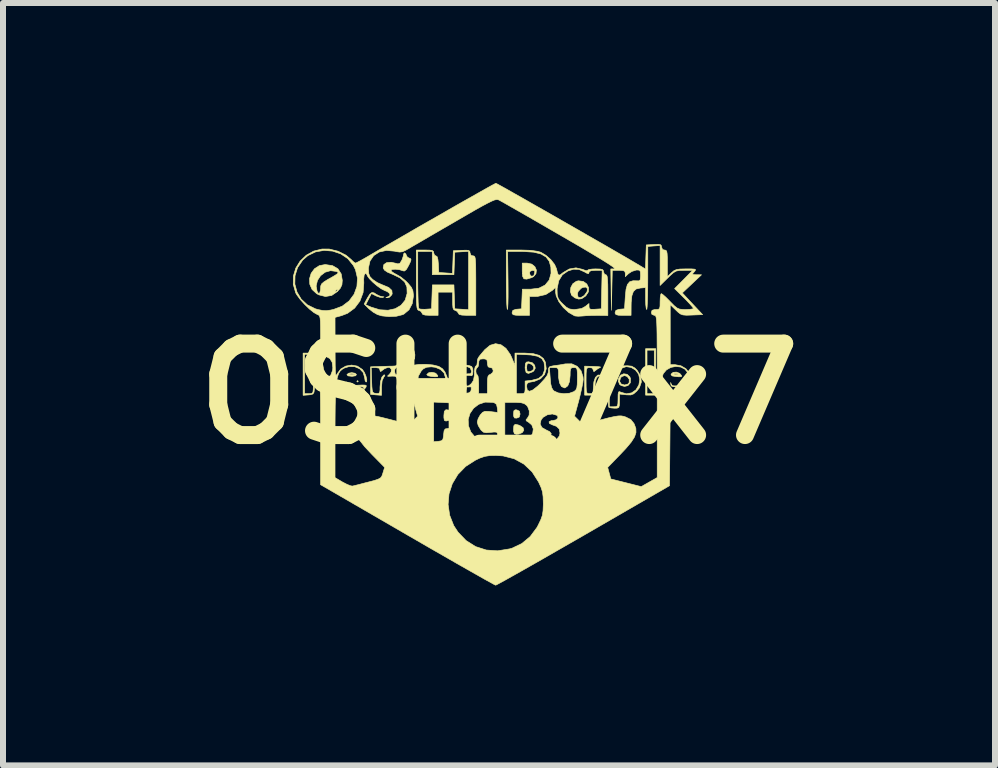
<source format=kicad_pcb>
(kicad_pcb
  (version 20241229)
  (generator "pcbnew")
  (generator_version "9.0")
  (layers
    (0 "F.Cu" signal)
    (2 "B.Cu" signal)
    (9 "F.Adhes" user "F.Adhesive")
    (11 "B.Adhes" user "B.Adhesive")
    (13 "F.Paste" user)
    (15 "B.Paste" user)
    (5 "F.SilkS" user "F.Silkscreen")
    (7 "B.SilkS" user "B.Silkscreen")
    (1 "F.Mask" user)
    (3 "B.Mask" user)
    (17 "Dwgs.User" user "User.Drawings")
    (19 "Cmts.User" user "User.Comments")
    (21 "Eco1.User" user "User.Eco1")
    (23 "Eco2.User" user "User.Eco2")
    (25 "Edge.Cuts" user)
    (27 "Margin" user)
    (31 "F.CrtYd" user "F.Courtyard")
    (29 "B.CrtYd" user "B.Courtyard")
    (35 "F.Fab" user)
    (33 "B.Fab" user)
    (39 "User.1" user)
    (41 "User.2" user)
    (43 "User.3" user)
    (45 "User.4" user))
  (footprint "OSH_7x7"
    (layer "F.Cu")
    (at 5.269 3.513)
    (property "Reference" "OSH_7x7" (at 0 0 0) (layer "F.SilkS") (effects (font (size 1.524 1.524) (thickness 0.3))))
    (attr through_hole)
    (fp_poly (pts (xy -2.346 -0.206) (xy -2.359 -0.194) (xy -2.371 -0.206) (xy -2.359 -0.218) (xy -2.346 -0.206)) (stroke (width 0.01) (type solid)) (fill yes) (layer "F.SilkS"))
    (fp_poly (pts (xy 3.064 -0.21) (xy 3.061 -0.195) (xy 3.048 -0.194) (xy 3.028 -0.202) (xy 3.032 -0.21) (xy 3.061 -0.213) (xy 3.064 -0.21)) (stroke (width 0.01) (type solid)) (fill yes) (layer "F.SilkS"))
    (fp_poly (pts (xy 0.296 0.27) (xy 0.339 0.291) (xy 0.351 0.339) (xy 0.337 0.389) (xy 0.296 0.407) (xy 0.258 0.405) (xy 0.244 0.376) (xy 0.242 0.339) (xy 0.247 0.286) (xy 0.269 0.269) (xy 0.296 0.27)) (stroke (width 0.01) (type solid)) (fill yes) (layer "F.SilkS"))
    (fp_poly (pts (xy -1.065 -0.345) (xy -1.041 -0.327) (xy -1.02 -0.297) (xy -1.027 -0.284) (xy -1.069 -0.282) (xy -1.12 -0.286) (xy -1.183 -0.298) (xy -1.204 -0.318) (xy -1.203 -0.322) (xy -1.172 -0.349) (xy -1.119 -0.357) (xy -1.065 -0.345)) (stroke (width 0.01) (type solid)) (fill yes) (layer "F.SilkS"))
    (fp_poly (pts (xy 2.613 0.024) (xy 2.443 0.024) (xy 2.443 -0.726) (xy 2.467 -0.726) (xy 2.467 0) (xy 2.588 0) (xy 2.588 -0.726) (xy 2.467 -0.726) (xy 2.443 -0.726) (xy 2.443 -0.75) (xy 2.613 -0.75) (xy 2.613 0.024)) (stroke (width 0.01) (type solid)) (fill yes) (layer "F.SilkS"))
    (fp_poly (pts (xy -0.831 0.274) (xy -0.812 0.281) (xy -0.779 0.315) (xy -0.773 0.367) (xy -0.792 0.418) (xy -0.829 0.444) (xy -0.885 0.456) (xy -0.911 0.445) (xy -0.919 0.4) (xy -0.919 0.363) (xy -0.912 0.294) (xy -0.885 0.267) (xy -0.831 0.274)) (stroke (width 0.01) (type solid)) (fill yes) (layer "F.SilkS"))
    (fp_poly (pts (xy 0.317 0.52) (xy 0.349 0.532) (xy 0.401 0.567) (xy 0.413 0.609) (xy 0.388 0.648) (xy 0.331 0.673) (xy 0.288 0.677) (xy 0.256 0.667) (xy 0.243 0.628) (xy 0.242 0.593) (xy 0.247 0.534) (xy 0.268 0.511) (xy 0.317 0.52)) (stroke (width 0.01) (type solid)) (fill yes) (layer "F.SilkS"))
    (fp_poly (pts (xy 1.766 -0.471) (xy 1.782 -0.439) (xy 1.79 -0.381) (xy 1.79 -0.374) (xy 1.784 -0.315) (xy 1.761 -0.292) (xy 1.748 -0.291) (xy 1.721 -0.295) (xy 1.739 -0.312) (xy 1.739 -0.312) (xy 1.762 -0.351) (xy 1.758 -0.41) (xy 1.753 -0.461) (xy 1.765 -0.472) (xy 1.766 -0.471)) (stroke (width 0.01) (type solid)) (fill yes) (layer "F.SilkS"))
    (fp_poly (pts (xy 3.009 -0.34) (xy 3.024 -0.326) (xy 3.045 -0.297) (xy 3.037 -0.283) (xy 2.993 -0.282) (xy 2.946 -0.286) (xy 2.887 -0.296) (xy 2.868 -0.316) (xy 2.869 -0.322) (xy 2.918 -0.322) (xy 2.951 -0.318) (xy 2.986 -0.322) (xy 2.981 -0.33) (xy 2.932 -0.334) (xy 2.921 -0.33) (xy 2.918 -0.322) (xy 2.869 -0.322) (xy 2.87 -0.328) (xy 2.903 -0.356) (xy 2.957 -0.36) (xy 3.009 -0.34)) (stroke (width 0.01) (type solid)) (fill yes) (layer "F.SilkS"))
    (fp_poly (pts (xy -2.402 -0.341) (xy -2.377 -0.321) (xy -2.389 -0.299) (xy -2.445 -0.29) (xy -2.455 -0.29) (xy -2.517 -0.297) (xy -2.535 -0.317) (xy -2.534 -0.321) (xy -2.53 -0.324) (xy -2.495 -0.324) (xy -2.463 -0.319) (xy -2.455 -0.319) (xy -2.414 -0.322) (xy -2.41 -0.329) (xy -2.413 -0.33) (xy -2.461 -0.335) (xy -2.485 -0.331) (xy -2.495 -0.324) (xy -2.53 -0.324) (xy -2.505 -0.342) (xy -2.455 -0.351) (xy -2.402 -0.341)) (stroke (width 0.01) (type solid)) (fill yes) (layer "F.SilkS"))
    (fp_poly (pts (xy -2.977 -0.516) (xy -2.937 -0.475) (xy -2.928 -0.425) (xy -2.953 -0.378) (xy -2.974 -0.364) (xy -3.04 -0.338) (xy -3.079 -0.351) (xy -3.095 -0.405) (xy -3.096 -0.435) (xy -3.072 -0.435) (xy -3.066 -0.382) (xy -3.044 -0.366) (xy -3.03 -0.367) (xy -2.995 -0.396) (xy -2.988 -0.435) (xy -3.003 -0.488) (xy -3.03 -0.503) (xy -3.06 -0.498) (xy -3.071 -0.46) (xy -3.072 -0.435) (xy -3.096 -0.435) (xy -3.093 -0.498) (xy -3.077 -0.526) (xy -3.041 -0.532) (xy -3.041 -0.532) (xy -2.977 -0.516)) (stroke (width 0.01) (type solid)) (fill yes) (layer "F.SilkS"))
    (fp_poly (pts (xy 2.136 -0.323) (xy 2.18 -0.281) (xy 2.192 -0.251) (xy 2.189 -0.182) (xy 2.149 -0.135) (xy 2.092 -0.121) (xy 2.036 -0.136) (xy 2.008 -0.157) (xy 1.991 -0.206) (xy 2.01 -0.206) (xy 2.036 -0.162) (xy 2.092 -0.145) (xy 2.146 -0.159) (xy 2.17 -0.185) (xy 2.17 -0.241) (xy 2.137 -0.286) (xy 2.092 -0.302) (xy 2.044 -0.284) (xy 2.025 -0.263) (xy 2.01 -0.206) (xy 1.991 -0.206) (xy 1.99 -0.208) (xy 1.993 -0.252) (xy 2.026 -0.309) (xy 2.079 -0.332) (xy 2.136 -0.323)) (stroke (width 0.01) (type solid)) (fill yes) (layer "F.SilkS"))
    (fp_poly (pts (xy 0.545 -2.16) (xy 0.598 -2.117) (xy 0.623 -2.06) (xy 0.616 -2.001) (xy 0.575 -1.951) (xy 0.542 -1.934) (xy 0.462 -1.91) (xy 0.415 -1.915) (xy 0.393 -1.957) (xy 0.389 -2.008) (xy 0.508 -2.008) (xy 0.523 -1.968) (xy 0.544 -1.959) (xy 0.577 -1.965) (xy 0.581 -1.97) (xy 0.588 -1.998) (xy 0.595 -2.018) (xy 0.594 -2.049) (xy 0.559 -2.056) (xy 0.517 -2.04) (xy 0.508 -2.008) (xy 0.389 -2.008) (xy 0.387 -2.04) (xy 0.387 -2.044) (xy 0.387 -2.177) (xy 0.468 -2.177) (xy 0.545 -2.16)) (stroke (width 0.01) (type solid)) (fill yes) (layer "F.SilkS"))
    (fp_poly (pts (xy 0.555 -0.516) (xy 0.594 -0.475) (xy 0.604 -0.425) (xy 0.579 -0.378) (xy 0.558 -0.364) (xy 0.491 -0.338) (xy 0.453 -0.351) (xy 0.437 -0.405) (xy 0.435 -0.435) (xy 0.46 -0.435) (xy 0.467 -0.38) (xy 0.495 -0.365) (xy 0.542 -0.378) (xy 0.578 -0.408) (xy 0.577 -0.45) (xy 0.548 -0.487) (xy 0.495 -0.507) (xy 0.482 -0.508) (xy 0.466 -0.487) (xy 0.46 -0.436) (xy 0.46 -0.435) (xy 0.435 -0.435) (xy 0.439 -0.498) (xy 0.455 -0.526) (xy 0.49 -0.532) (xy 0.491 -0.532) (xy 0.555 -0.516)) (stroke (width 0.01) (type solid)) (fill yes) (layer "F.SilkS"))
    (fp_poly (pts (xy 1.405 -1.871) (xy 1.463 -1.829) (xy 1.493 -1.767) (xy 1.49 -1.698) (xy 1.448 -1.633) (xy 1.436 -1.623) (xy 1.378 -1.584) (xy 1.328 -1.577) (xy 1.265 -1.597) (xy 1.211 -1.64) (xy 1.205 -1.656) (xy 1.306 -1.656) (xy 1.32 -1.608) (xy 1.357 -1.599) (xy 1.41 -1.629) (xy 1.427 -1.645) (xy 1.468 -1.703) (xy 1.474 -1.751) (xy 1.449 -1.777) (xy 1.4 -1.773) (xy 1.366 -1.755) (xy 1.317 -1.701) (xy 1.306 -1.656) (xy 1.205 -1.656) (xy 1.189 -1.703) (xy 1.197 -1.772) (xy 1.231 -1.834) (xy 1.289 -1.874) (xy 1.324 -1.882) (xy 1.405 -1.871)) (stroke (width 0.01) (type solid)) (fill yes) (layer "F.SilkS"))
    (fp_poly (pts (xy -2.521 -0.175) (xy -2.522 -0.163) (xy -2.512 -0.147) (xy -2.468 -0.14) (xy -2.385 -0.14) (xy -2.363 -0.141) (xy -2.276 -0.145) (xy -2.229 -0.143) (xy -2.212 -0.133) (xy -2.217 -0.112) (xy -2.224 -0.1) (xy -2.288 -0.026) (xy -2.378 0.016) (xy -2.479 0.025) (xy -2.579 -0.002) (xy -2.635 -0.038) (xy -2.682 -0.088) (xy -2.707 -0.133) (xy -2.708 -0.141) (xy -2.703 -0.161) (xy -2.688 -0.136) (xy -2.685 -0.13) (xy -2.635 -0.063) (xy -2.554 -0.018) (xy -2.459 0.001) (xy -2.364 -0.009) (xy -2.303 -0.038) (xy -2.256 -0.079) (xy -2.254 -0.106) (xy -2.297 -0.116) (xy -2.373 -0.111) (xy -2.471 -0.106) (xy -2.528 -0.121) (xy -2.53 -0.123) (xy -2.56 -0.16) (xy -2.558 -0.188) (xy -2.54 -0.194) (xy -2.521 -0.175)) (stroke (width 0.01) (type solid)) (fill yes) (layer "F.SilkS"))
    (fp_poly (pts (xy 1.577 -0.455) (xy 1.648 -0.451) (xy 1.69 -0.446) (xy 1.692 -0.44) (xy 1.646 -0.416) (xy 1.615 -0.392) (xy 1.583 -0.368) (xy 1.573 -0.38) (xy 1.572 -0.395) (xy 1.552 -0.428) (xy 1.512 -0.435) (xy 1.483 -0.434) (xy 1.466 -0.422) (xy 1.456 -0.392) (xy 1.452 -0.333) (xy 1.451 -0.237) (xy 1.451 -0.218) (xy 1.452 -0.115) (xy 1.455 -0.051) (xy 1.464 -0.016) (xy 1.48 -0.003) (xy 1.507 -0.00001) (xy 1.512 0) (xy 1.551 -0.005) (xy 1.568 -0.031) (xy 1.572 -0.09) (xy 1.572 -0.095) (xy 1.581 -0.197) (xy 1.606 -0.271) (xy 1.644 -0.309) (xy 1.662 -0.312) (xy 1.691 -0.308) (xy 1.672 -0.3) (xy 1.666 -0.298) (xy 1.628 -0.268) (xy 1.605 -0.2) (xy 1.597 -0.089) (xy 1.597 -0.079) (xy 1.595 -0.014) (xy 1.581 0.015) (xy 1.544 0.024) (xy 1.512 0.024) (xy 1.427 0.024) (xy 1.427 -0.459) (xy 1.577 -0.455)) (stroke (width 0.01) (type solid)) (fill yes) (layer "F.SilkS"))
    (fp_poly (pts (xy -2.776 -2.135) (xy -2.686 -2.082) (xy -2.631 -1.997) (xy -2.613 -1.89) (xy -2.619 -1.816) (xy -2.646 -1.758) (xy -2.695 -1.703) (xy -2.789 -1.638) (xy -2.894 -1.62) (xy -3.004 -1.648) (xy -3.041 -1.668) (xy -3.117 -1.738) (xy -3.142 -1.795) (xy -3.049 -1.795) (xy -3.033 -1.707) (xy -3.01 -1.672) (xy -2.989 -1.679) (xy -2.985 -1.695) (xy -2.728 -1.695) (xy -2.724 -1.693) (xy -2.702 -1.71) (xy -2.697 -1.718) (xy -2.691 -1.74) (xy -2.694 -1.742) (xy -2.716 -1.725) (xy -2.721 -1.718) (xy -2.728 -1.695) (xy -2.985 -1.695) (xy -2.977 -1.726) (xy -2.975 -1.753) (xy -2.972 -1.797) (xy -2.957 -1.831) (xy -2.92 -1.863) (xy -2.853 -1.905) (xy -2.814 -1.926) (xy -2.735 -1.972) (xy -2.692 -2.001) (xy -2.681 -2.018) (xy -2.696 -2.031) (xy -2.712 -2.038) (xy -2.808 -2.051) (xy -2.899 -2.025) (xy -2.975 -1.967) (xy -3.027 -1.888) (xy -3.049 -1.795) (xy -3.142 -1.795) (xy -3.155 -1.825) (xy -3.159 -1.918) (xy -3.132 -2.007) (xy -3.076 -2.083) (xy -2.995 -2.135) (xy -2.898 -2.153) (xy -2.776 -2.135)) (stroke (width 0.01) (type solid)) (fill yes) (layer "F.SilkS"))
    (fp_poly (pts (xy 2.21 -0.459) (xy 2.265 -0.428) (xy 2.302 -0.391) (xy 2.36 -0.295) (xy 2.373 -0.194) (xy 2.34 -0.098) (xy 2.297 -0.044) (xy 2.244 0.003) (xy 2.195 0.021) (xy 2.125 0.019) (xy 2.116 0.018) (xy 2.008 0.006) (xy 2.008 0.124) (xy 2.006 0.194) (xy 1.996 0.229) (xy 1.968 0.241) (xy 1.927 0.242) (xy 1.867 0.237) (xy 1.832 0.227) (xy 1.83 0.226) (xy 1.825 0.197) (xy 1.82 0.129) (xy 1.816 0.031) (xy 1.814 -0.087) (xy 1.814 -0.126) (xy 1.814 -0.435) (xy 1.838 -0.435) (xy 1.838 0.218) (xy 1.911 0.218) (xy 1.952 0.216) (xy 1.974 0.201) (xy 1.982 0.162) (xy 1.984 0.087) (xy 1.984 0.084) (xy 1.985 0.008) (xy 1.992 -0.028) (xy 2.008 -0.035) (xy 2.03 -0.025) (xy 2.124 0.002) (xy 2.211 -0.014) (xy 2.283 -0.065) (xy 2.331 -0.146) (xy 2.346 -0.237) (xy 2.327 -0.324) (xy 2.275 -0.394) (xy 2.202 -0.438) (xy 2.121 -0.451) (xy 2.043 -0.425) (xy 2.002 -0.405) (xy 1.984 -0.41) (xy 1.984 -0.411) (xy 1.963 -0.428) (xy 1.912 -0.435) (xy 1.911 -0.435) (xy 1.838 -0.435) (xy 1.814 -0.435) (xy 1.814 -0.462) (xy 1.929 -0.463) (xy 2.024 -0.464) (xy 2.117 -0.465) (xy 2.139 -0.466) (xy 2.21 -0.459)) (stroke (width 0.01) (type solid)) (fill yes) (layer "F.SilkS"))
    (fp_poly (pts (xy -1.551 -2.327) (xy -1.548 -2.312) (xy -1.528 -2.277) (xy -1.501 -2.262) (xy -1.474 -2.251) (xy -1.467 -2.232) (xy -1.48 -2.193) (xy -1.506 -2.139) (xy -1.544 -2.072) (xy -1.576 -2.045) (xy -1.596 -2.047) (xy -1.66 -2.067) (xy -1.729 -2.075) (xy -1.782 -2.071) (xy -1.8 -2.06) (xy -1.789 -2.036) (xy -1.744 -2.005) (xy -1.712 -1.989) (xy -1.634 -1.943) (xy -1.553 -1.877) (xy -1.518 -1.842) (xy -1.463 -1.775) (xy -1.436 -1.718) (xy -1.428 -1.65) (xy -1.427 -1.627) (xy -1.447 -1.501) (xy -1.501 -1.398) (xy -1.586 -1.327) (xy -1.608 -1.317) (xy -1.711 -1.291) (xy -1.833 -1.285) (xy -1.952 -1.297) (xy -2.027 -1.319) (xy -2.099 -1.36) (xy -2.169 -1.416) (xy -2.178 -1.424) (xy -2.248 -1.495) (xy -2.195 -1.594) (xy -2.153 -1.661) (xy -2.118 -1.688) (xy -2.079 -1.679) (xy -2.046 -1.656) (xy -1.987 -1.627) (xy -1.949 -1.618) (xy -1.918 -1.614) (xy -1.935 -1.606) (xy -1.94 -1.604) (xy -1.988 -1.608) (xy -2.05 -1.63) (xy -2.054 -1.632) (xy -2.127 -1.67) (xy -2.175 -1.576) (xy -2.223 -1.482) (xy -2.134 -1.444) (xy -1.988 -1.399) (xy -1.851 -1.391) (xy -1.731 -1.417) (xy -1.634 -1.474) (xy -1.565 -1.559) (xy -1.532 -1.671) (xy -1.532 -1.672) (xy -1.536 -1.779) (xy -1.574 -1.863) (xy -1.652 -1.931) (xy -1.77 -1.988) (xy -1.86 -2.026) (xy -1.91 -2.06) (xy -1.93 -2.095) (xy -1.931 -2.098) (xy -1.92 -2.153) (xy -1.873 -2.185) (xy -1.798 -2.191) (xy -1.703 -2.17) (xy -1.687 -2.164) (xy -1.652 -2.174) (xy -1.618 -2.23) (xy -1.598 -2.288) (xy -1.59 -2.326) (xy -1.591 -2.328) (xy -1.579 -2.346) (xy -1.572 -2.346) (xy -1.551 -2.327)) (stroke (width 0.01) (type solid)) (fill yes) (layer "F.SilkS"))
    (fp_poly (pts (xy -1.153 -2.393) (xy -1.109 -2.385) (xy -1.091 -2.368) (xy -1.089 -2.346) (xy -1.074 -2.307) (xy -1.053 -2.298) (xy -1.031 -2.283) (xy -1.018 -2.233) (xy -1.011 -2.159) (xy -1.004 -2.02) (xy -0.89 -2.013) (xy -0.776 -2.005) (xy -0.769 -2.194) (xy -0.762 -2.383) (xy -0.623 -2.39) (xy -0.544 -2.392) (xy -0.503 -2.387) (xy -0.486 -2.37) (xy -0.484 -2.348) (xy -0.467 -2.306) (xy -0.435 -2.298) (xy -0.419 -2.296) (xy -0.407 -2.287) (xy -0.398 -2.263) (xy -0.393 -2.219) (xy -0.389 -2.149) (xy -0.388 -2.046) (xy -0.387 -1.905) (xy -0.387 -1.802) (xy -0.387 -1.306) (xy -0.532 -1.306) (xy -0.619 -1.31) (xy -0.664 -1.321) (xy -0.677 -1.34) (xy -0.698 -1.372) (xy -0.726 -1.386) (xy -0.753 -1.399) (xy -0.768 -1.43) (xy -0.773 -1.49) (xy -0.774 -1.546) (xy -0.774 -1.693) (xy -1.016 -1.693) (xy -1.016 -1.306) (xy -1.149 -1.306) (xy -1.231 -1.31) (xy -1.273 -1.323) (xy -1.282 -1.34) (xy -1.302 -1.372) (xy -1.33 -1.386) (xy -1.347 -1.392) (xy -1.359 -1.406) (xy -1.367 -1.433) (xy -1.373 -1.48) (xy -1.377 -1.553) (xy -1.378 -1.658) (xy -1.379 -1.803) (xy -1.379 -1.897) (xy -1.379 -2.371) (xy -1.355 -2.371) (xy -1.355 -1.903) (xy -1.354 -1.757) (xy -1.351 -1.628) (xy -1.348 -1.523) (xy -1.343 -1.451) (xy -1.338 -1.419) (xy -1.337 -1.418) (xy -1.304 -1.409) (xy -1.243 -1.407) (xy -1.222 -1.408) (xy -1.125 -1.415) (xy -1.118 -1.615) (xy -1.111 -1.814) (xy -0.752 -1.814) (xy -0.745 -1.615) (xy -0.738 -1.415) (xy -0.623 -1.408) (xy -0.508 -1.4) (xy -0.508 -2.373) (xy -0.623 -2.366) (xy -0.738 -2.359) (xy -0.745 -2.171) (xy -0.752 -1.984) (xy -1.113 -1.984) (xy -1.113 -2.371) (xy -1.355 -2.371) (xy -1.379 -2.371) (xy -1.379 -2.395) (xy -1.234 -2.395) (xy -1.153 -2.393)) (stroke (width 0.01) (type solid)) (fill yes) (layer "F.SilkS"))
    (fp_poly (pts (xy 0.527 -2.39) (xy 0.645 -2.373) (xy 0.696 -2.358) (xy 0.782 -2.307) (xy 0.864 -2.234) (xy 0.927 -2.153) (xy 0.957 -2.085) (xy 0.975 -2.011) (xy 0.992 -1.978) (xy 1.018 -1.98) (xy 1.061 -2.013) (xy 1.065 -2.017) (xy 1.171 -2.079) (xy 1.283 -2.098) (xy 1.391 -2.073) (xy 1.394 -2.072) (xy 1.446 -2.052) (xy 1.474 -2.053) (xy 1.476 -2.057) (xy 1.497 -2.07) (xy 1.554 -2.078) (xy 1.609 -2.08) (xy 1.686 -2.078) (xy 1.726 -2.069) (xy 1.74 -2.049) (xy 1.742 -2.032) (xy 1.757 -1.993) (xy 1.778 -1.984) (xy 1.793 -1.977) (xy 1.803 -1.952) (xy 1.809 -1.902) (xy 1.813 -1.82) (xy 1.814 -1.699) (xy 1.814 -1.643) (xy 1.814 -1.303) (xy 1.651 -1.305) (xy 1.549 -1.304) (xy 1.451 -1.3) (xy 1.391 -1.295) (xy 1.32 -1.291) (xy 1.266 -1.296) (xy 1.258 -1.299) (xy 1.16 -1.355) (xy 1.07 -1.438) (xy 0.998 -1.533) (xy 0.953 -1.63) (xy 0.943 -1.689) (xy 0.943 -1.721) (xy 0.968 -1.721) (xy 0.971 -1.641) (xy 0.988 -1.585) (xy 1.026 -1.533) (xy 1.062 -1.497) (xy 1.124 -1.44) (xy 1.177 -1.412) (xy 1.241 -1.403) (xy 1.264 -1.403) (xy 1.376 -1.42) (xy 1.436 -1.453) (xy 1.5 -1.503) (xy 1.5 -1.452) (xy 1.505 -1.42) (xy 1.531 -1.407) (xy 1.59 -1.407) (xy 1.603 -1.408) (xy 1.705 -1.415) (xy 1.712 -1.736) (xy 1.719 -2.056) (xy 1.609 -2.056) (xy 1.537 -2.051) (xy 1.504 -2.035) (xy 1.5 -2.02) (xy 1.492 -2.001) (xy 1.464 -2.008) (xy 1.421 -2.032) (xy 1.331 -2.072) (xy 1.243 -2.075) (xy 1.149 -2.046) (xy 1.056 -1.982) (xy 0.996 -1.884) (xy 0.969 -1.756) (xy 0.968 -1.721) (xy 0.943 -1.721) (xy 0.943 -1.774) (xy 0.889 -1.723) (xy 0.779 -1.653) (xy 0.643 -1.622) (xy 0.603 -1.621) (xy 0.508 -1.621) (xy 0.508 -1.306) (xy 0.363 -1.306) (xy 0.282 -1.308) (xy 0.238 -1.316) (xy 0.22 -1.334) (xy 0.218 -1.353) (xy 0.231 -1.389) (xy 0.279 -1.406) (xy 0.296 -1.408) (xy 0.375 -1.415) (xy 0.382 -1.578) (xy 0.389 -1.742) (xy 0.527 -1.742) (xy 0.665 -1.759) (xy 0.768 -1.811) (xy 0.836 -1.894) (xy 0.867 -2.006) (xy 0.864 -2.109) (xy 0.837 -2.207) (xy 0.784 -2.279) (xy 0.699 -2.329) (xy 0.579 -2.359) (xy 0.419 -2.37) (xy 0.375 -2.371) (xy 0.143 -2.371) (xy 0.15 -1.887) (xy 0.151 -1.74) (xy 0.151 -1.611) (xy 0.149 -1.507) (xy 0.145 -1.436) (xy 0.14 -1.404) (xy 0.139 -1.403) (xy 0.134 -1.426) (xy 0.129 -1.49) (xy 0.125 -1.589) (xy 0.122 -1.714) (xy 0.121 -1.859) (xy 0.121 -1.899) (xy 0.121 -2.395) (xy 0.364 -2.395) (xy 0.527 -2.39)) (stroke (width 0.01) (type solid)) (fill yes) (layer "F.SilkS"))
    (fp_poly (pts (xy -0.029 -3.496) (xy 0.031 -3.463) (xy 0.125 -3.411) (xy 0.246 -3.342) (xy 0.392 -3.26) (xy 0.556 -3.166) (xy 0.736 -3.064) (xy 0.925 -2.956) (xy 1.12 -2.844) (xy 1.316 -2.732) (xy 1.509 -2.621) (xy 1.694 -2.515) (xy 1.866 -2.416) (xy 2.021 -2.326) (xy 2.154 -2.249) (xy 2.261 -2.186) (xy 2.337 -2.141) (xy 2.364 -2.125) (xy 2.441 -2.078) (xy 2.455 -2.48) (xy 2.582 -2.487) (xy 2.657 -2.489) (xy 2.695 -2.482) (xy 2.708 -2.463) (xy 2.709 -2.445) (xy 2.726 -2.403) (xy 2.758 -2.395) (xy 2.781 -2.391) (xy 2.795 -2.374) (xy 2.802 -2.335) (xy 2.806 -2.265) (xy 2.806 -2.173) (xy 2.806 -1.95) (xy 2.874 -2.015) (xy 2.915 -2.05) (xy 2.957 -2.069) (xy 3.017 -2.078) (xy 3.108 -2.08) (xy 3.12 -2.08) (xy 3.21 -2.08) (xy 3.26 -2.076) (xy 3.277 -2.067) (xy 3.269 -2.05) (xy 3.254 -2.032) (xy 3.227 -1.999) (xy 3.234 -1.986) (xy 3.281 -1.983) (xy 3.292 -1.983) (xy 3.375 -1.982) (xy 3.215 -1.831) (xy 3.055 -1.68) (xy 3.224 -1.499) (xy 3.394 -1.318) (xy 3.217 -1.311) (xy 3.125 -1.308) (xy 3.066 -1.313) (xy 3.023 -1.329) (xy 2.981 -1.362) (xy 2.947 -1.395) (xy 2.854 -1.485) (xy 2.854 -0.484) (xy 2.933 -0.484) (xy 3.033 -0.465) (xy 3.115 -0.417) (xy 3.171 -0.347) (xy 3.191 -0.266) (xy 3.186 -0.226) (xy 3.178 -0.213) (xy 3.172 -0.245) (xy 3.172 -0.255) (xy 3.15 -0.346) (xy 3.098 -0.409) (xy 3.027 -0.445) (xy 2.946 -0.454) (xy 2.864 -0.438) (xy 2.791 -0.397) (xy 2.737 -0.333) (xy 2.711 -0.245) (xy 2.71 -0.22) (xy 2.73 -0.119) (xy 2.788 -0.048) (xy 2.882 -0.009) (xy 2.97 0) (xy 3.054 -0.013) (xy 3.118 -0.058) (xy 3.122 -0.062) (xy 3.18 -0.124) (xy 3.024 -0.116) (xy 2.939 -0.114) (xy 2.892 -0.118) (xy 2.87 -0.132) (xy 2.863 -0.157) (xy 2.861 -0.187) (xy 2.868 -0.169) (xy 2.87 -0.163) (xy 2.883 -0.14) (xy 2.911 -0.13) (xy 2.966 -0.13) (xy 3.038 -0.136) (xy 3.132 -0.142) (xy 3.183 -0.133) (xy 3.191 -0.108) (xy 3.16 -0.063) (xy 3.134 -0.035) (xy 3.077 0.006) (xy 3.004 0.023) (xy 2.965 0.024) (xy 2.855 0.024) (xy 2.849 0.779) (xy 2.842 1.534) (xy 1.407 2.364) (xy 1.165 2.503) (xy 0.935 2.635) (xy 0.721 2.758) (xy 0.526 2.869) (xy 0.353 2.967) (xy 0.205 3.05) (xy 0.088 3.116) (xy 0.003 3.162) (xy -0.046 3.188) (xy -0.057 3.192) (xy -0.082 3.18) (xy -0.145 3.145) (xy -0.244 3.091) (xy -0.374 3.017) (xy -0.531 2.928) (xy -0.714 2.824) (xy -0.917 2.707) (xy -1.139 2.58) (xy -1.374 2.444) (xy -1.53 2.354) (xy -2.405 1.847) (xy -0.849 1.847) (xy -0.823 2.026) (xy -0.755 2.199) (xy -0.683 2.309) (xy -0.548 2.449) (xy -0.39 2.549) (xy -0.213 2.606) (xy -0.023 2.619) (xy 0.176 2.587) (xy 0.218 2.575) (xy 0.38 2.498) (xy 0.52 2.381) (xy 0.633 2.229) (xy 0.653 2.191) (xy 0.697 2.099) (xy 0.723 2.026) (xy 0.734 1.95) (xy 0.738 1.85) (xy 0.738 1.828) (xy 0.735 1.72) (xy 0.725 1.639) (xy 0.701 1.564) (xy 0.66 1.474) (xy 0.658 1.47) (xy 0.551 1.303) (xy 0.415 1.174) (xy 0.253 1.085) (xy 0.067 1.037) (xy -0.05 1.03) (xy -0.156 1.032) (xy -0.238 1.045) (xy -0.319 1.073) (xy -0.393 1.108) (xy -0.557 1.213) (xy -0.686 1.346) (xy -0.779 1.501) (xy -0.834 1.67) (xy -0.849 1.847) (xy -2.405 1.847) (xy -2.975 1.517) (xy -2.975 0.662) (xy -2.976 0.436) (xy -2.976 0.254) (xy -2.977 0.111) (xy -2.979 0.002) (xy -2.982 -0.077) (xy -2.986 -0.132) (xy -2.992 -0.166) (xy -3 -0.184) (xy -3.01 -0.192) (xy -3.022 -0.194) (xy -3.054 -0.184) (xy -3.07 -0.148) (xy -3.077 -0.091) (xy -3.084 -0.026) (xy -3.102 0.005) (xy -3.144 0.017) (xy -3.175 0.02) (xy -3.266 0.027) (xy -3.266 0) (xy -3.242 0) (xy -3.169 0) (xy -3.124 -0.003) (xy -3.103 -0.022) (xy -3.097 -0.07) (xy -3.096 -0.106) (xy -3.096 -0.211) (xy -2.985 -0.224) (xy -2.876 -0.252) (xy -2.806 -0.307) (xy -2.774 -0.392) (xy -2.771 -0.435) (xy -2.782 -0.524) (xy -2.82 -0.585) (xy -2.89 -0.624) (xy -2.998 -0.645) (xy -3.06 -0.649) (xy -3.242 -0.658) (xy -3.242 0) (xy -3.266 0) (xy -3.266 -0.677) (xy -2.975 -0.677) (xy -2.975 -0.99) (xy -2.976 -1.118) (xy -2.978 -1.206) (xy -2.983 -1.262) (xy -2.986 -1.272) (xy -2.734 -1.272) (xy -2.733 -0.763) (xy -2.732 -0.595) (xy -2.731 -0.47) (xy -2.728 -0.384) (xy -2.725 -0.332) (xy -2.719 -0.308) (xy -2.711 -0.308) (xy -2.7 -0.327) (xy -2.698 -0.332) (xy -2.639 -0.411) (xy -2.555 -0.46) (xy -2.458 -0.477) (xy -2.362 -0.46) (xy -2.28 -0.405) (xy -2.278 -0.404) (xy -2.245 -0.356) (xy -2.219 -0.296) (xy -2.205 -0.24) (xy -2.206 -0.202) (xy -2.216 -0.194) (xy -2.232 -0.215) (xy -2.24 -0.265) (xy -2.24 -0.266) (xy -2.264 -0.352) (xy -2.323 -0.415) (xy -2.405 -0.45) (xy -2.501 -0.452) (xy -2.578 -0.428) (xy -2.617 -0.405) (xy -2.649 -0.376) (xy -2.674 -0.336) (xy -2.694 -0.279) (xy -2.709 -0.201) (xy -2.72 -0.098) (xy -2.727 0.036) (xy -2.731 0.204) (xy -2.733 0.412) (xy -2.734 0.631) (xy -2.734 1.399) (xy -2.607 1.474) (xy -2.533 1.512) (xy -2.472 1.536) (xy -2.443 1.54) (xy -2.405 1.531) (xy -2.332 1.513) (xy -2.238 1.488) (xy -2.186 1.475) (xy -2.083 1.448) (xy -2.017 1.426) (xy -1.977 1.405) (xy -1.955 1.378) (xy -1.941 1.339) (xy -1.936 1.323) (xy -1.907 1.228) (xy -2.124 1.007) (xy -2.241 0.882) (xy -2.305 0.801) (xy -1.089 0.801) (xy -1.01 0.794) (xy -0.96 0.785) (xy -0.936 0.762) (xy -0.926 0.71) (xy -0.924 0.683) (xy -0.916 0.618) (xy -0.898 0.588) (xy -0.863 0.581) (xy -0.861 0.581) (xy -0.778 0.569) (xy -0.698 0.539) (xy -0.641 0.499) (xy -0.628 0.483) (xy -0.614 0.429) (xy -0.514 0.429) (xy -0.51 0.535) (xy -0.47 0.639) (xy -0.398 0.724) (xy -0.327 0.775) (xy -0.255 0.796) (xy -0.207 0.798) (xy -0.132 0.795) (xy -0.074 0.787) (xy -0.062 0.784) (xy -0.033 0.749) (xy -0.024 0.7) (xy -0.027 0.659) (xy -0.042 0.641) (xy -0.083 0.639) (xy -0.141 0.645) (xy -0.214 0.651) (xy -0.259 0.642) (xy -0.295 0.612) (xy -0.31 0.592) (xy -0.347 0.531) (xy -0.363 0.474) (xy -0.363 0.472) (xy -0.348 0.416) (xy -0.313 0.354) (xy -0.31 0.351) (xy -0.274 0.311) (xy -0.236 0.294) (xy -0.177 0.295) (xy -0.14 0.299) (xy -0.021 0.313) (xy -0.029 0.235) (xy -0.042 0.178) (xy -0.078 0.152) (xy -0.104 0.145) (xy 0.097 0.145) (xy 0.097 0.798) (xy 0.24 0.798) (xy 0.33 0.794) (xy 0.408 0.784) (xy 0.445 0.775) (xy 0.518 0.728) (xy 0.525 0.718) (xy 0.667 0.718) (xy 0.669 0.761) (xy 0.683 0.778) (xy 0.741 0.795) (xy 0.823 0.796) (xy 0.904 0.784) (xy 0.962 0.761) (xy 1.008 0.701) (xy 1.016 0.655) (xy 1.003 0.588) (xy 0.958 0.544) (xy 0.888 0.519) (xy 0.839 0.495) (xy 0.834 0.468) (xy 0.872 0.449) (xy 0.897 0.448) (xy 0.951 0.435) (xy 0.981 0.406) (xy 0.978 0.373) (xy 0.964 0.36) (xy 0.889 0.338) (xy 0.805 0.352) (xy 0.733 0.395) (xy 0.701 0.437) (xy 0.685 0.506) (xy 0.715 0.564) (xy 0.787 0.605) (xy 0.787 0.605) (xy 0.844 0.633) (xy 0.87 0.666) (xy 0.871 0.67) (xy 0.861 0.693) (xy 0.825 0.699) (xy 0.777 0.693) (xy 0.711 0.687) (xy 0.678 0.7) (xy 0.667 0.718) (xy 0.525 0.718) (xy 0.561 0.662) (xy 0.571 0.588) (xy 0.546 0.521) (xy 0.494 0.477) (xy 0.453 0.451) (xy 0.452 0.43) (xy 0.47 0.413) (xy 0.502 0.358) (xy 0.504 0.286) (xy 0.478 0.217) (xy 0.46 0.194) (xy 0.42 0.165) (xy 0.365 0.15) (xy 0.278 0.145) (xy 0.254 0.145) (xy 0.097 0.145) (xy -0.104 0.145) (xy -0.109 0.144) (xy -0.233 0.141) (xy -0.339 0.177) (xy -0.424 0.242) (xy -0.484 0.329) (xy -0.514 0.429) (xy -0.614 0.429) (xy -0.607 0.402) (xy -0.612 0.308) (xy -0.641 0.228) (xy -0.651 0.215) (xy -0.68 0.185) (xy -0.719 0.167) (xy -0.78 0.156) (xy -0.874 0.15) (xy -0.893 0.149) (xy -1.089 0.14) (xy -1.089 0.801) (xy -2.305 0.801) (xy -2.323 0.78) (xy -2.371 0.695) (xy -2.388 0.621) (xy -2.377 0.552) (xy -2.355 0.504) (xy -2.282 0.425) (xy -2.209 0.389) (xy -2.165 0.375) (xy -2.124 0.369) (xy -2.075 0.371) (xy -2.008 0.383) (xy -1.912 0.406) (xy -1.802 0.434) (xy -1.495 0.515) (xy -1.357 0.375) (xy -1.419 0.157) (xy -1.449 0.044) (xy -1.477 -0.068) (xy -1.496 -0.159) (xy -1.5 -0.181) (xy -1.502 -0.195) (xy -1.356 -0.195) (xy -1.327 -0.105) (xy -1.291 -0.059) (xy -1.208 -0.011) (xy -1.111 0.004) (xy -1.016 -0.014) (xy -0.942 -0.062) (xy -0.884 -0.124) (xy -1.041 -0.116) (xy -1.125 -0.114) (xy -1.173 -0.118) (xy -1.196 -0.132) (xy -1.205 -0.159) (xy -1.205 -0.163) (xy -1.206 -0.191) (xy -0.793 -0.191) (xy -0.754 -0.102) (xy -0.726 -0.069) (xy -0.667 -0.021) (xy -0.609 -0.004) (xy -0.563 -0.005) (xy -0.5 -0.015) (xy -0.471 -0.04) (xy -0.464 -0.07) (xy -0.464 -0.111) (xy -0.487 -0.115) (xy -0.497 -0.112) (xy -0.552 -0.113) (xy -0.608 -0.143) (xy -0.647 -0.189) (xy -0.653 -0.217) (xy -0.632 -0.279) (xy -0.581 -0.323) (xy -0.517 -0.332) (xy -0.516 -0.332) (xy -0.473 -0.332) (xy -0.46 -0.365) (xy -0.46 -0.378) (xy -0.479 -0.428) (xy -0.53 -0.451) (xy -0.604 -0.445) (xy -0.66 -0.424) (xy -0.744 -0.362) (xy -0.789 -0.281) (xy -0.793 -0.191) (xy -1.206 -0.191) (xy -1.206 -0.192) (xy -1.192 -0.209) (xy -1.152 -0.216) (xy -1.076 -0.218) (xy -1.054 -0.218) (xy -0.969 -0.219) (xy -0.921 -0.225) (xy -0.9 -0.24) (xy -0.895 -0.267) (xy -0.895 -0.274) (xy -0.917 -0.346) (xy -0.977 -0.404) (xy -1.062 -0.44) (xy -1.129 -0.448) (xy -1.207 -0.441) (xy -1.26 -0.416) (xy -1.296 -0.38) (xy -1.346 -0.291) (xy -1.356 -0.195) (xy -1.502 -0.195) (xy -1.518 -0.302) (xy -1.524 0.024) (xy -1.693 0.024) (xy -1.693 -0.133) (xy -1.695 -0.221) (xy -1.705 -0.27) (xy -1.731 -0.291) (xy -1.78 -0.293) (xy -1.814 -0.291) (xy -1.856 -0.29) (xy -1.853 -0.302) (xy -1.83 -0.32) (xy -1.798 -0.363) (xy -1.797 -0.372) (xy -1.742 -0.372) (xy -1.729 -0.326) (xy -1.705 -0.314) (xy -1.685 -0.304) (xy -1.674 -0.266) (xy -1.669 -0.193) (xy -1.669 -0.157) (xy -1.668 -0.073) (xy -1.662 -0.026) (xy -1.647 -0.005) (xy -1.619 -0.00009) (xy -1.609 0) (xy -1.576 -0.003) (xy -1.558 -0.018) (xy -1.55 -0.058) (xy -1.548 -0.132) (xy -1.548 -0.157) (xy -1.547 -0.242) (xy -1.541 -0.289) (xy -1.526 -0.309) (xy -1.498 -0.314) (xy -1.488 -0.314) (xy -1.442 -0.324) (xy -1.427 -0.364) (xy -1.427 -0.375) (xy -1.437 -0.421) (xy -1.475 -0.435) (xy -1.489 -0.435) (xy -1.534 -0.442) (xy -1.546 -0.473) (xy -1.544 -0.502) (xy -1.516 -0.566) (xy -1.482 -0.592) (xy -1.438 -0.628) (xy -1.425 -0.673) (xy -1.442 -0.711) (xy -1.484 -0.726) (xy -1.567 -0.704) (xy -1.632 -0.647) (xy -1.667 -0.569) (xy -1.669 -0.542) (xy -1.68 -0.474) (xy -1.705 -0.444) (xy -1.734 -0.412) (xy -1.742 -0.372) (xy -1.797 -0.372) (xy -1.796 -0.407) (xy -1.821 -0.436) (xy -1.851 -0.439) (xy -1.908 -0.417) (xy -1.941 -0.393) (xy -1.973 -0.369) (xy -1.983 -0.379) (xy -1.984 -0.395) (xy -2 -0.426) (xy -2.055 -0.435) (xy -2.057 -0.435) (xy -2.131 -0.435) (xy -2.124 -0.224) (xy -2.12 -0.122) (xy -2.114 -0.06) (xy -2.104 -0.026) (xy -2.085 -0.011) (xy -2.054 -0.005) (xy -2.05 -0.004) (xy -2.01 -0.003) (xy -1.99 -0.019) (xy -1.984 -0.063) (xy -1.984 -0.109) (xy -1.975 -0.205) (xy -1.953 -0.276) (xy -1.921 -0.312) (xy -1.908 -0.314) (xy -1.903 -0.301) (xy -1.921 -0.276) (xy -1.949 -0.217) (xy -1.959 -0.113) (xy -1.959 -0.106) (xy -1.959 0.027) (xy -2.05 0.02) (xy -2.141 0.012) (xy -2.141 -0.448) (xy -2.008 -0.453) (xy -1.912 -0.456) (xy -1.82 -0.459) (xy -1.784 -0.459) (xy -1.725 -0.463) (xy -1.699 -0.481) (xy -1.693 -0.528) (xy -1.693 -0.544) (xy -1.671 -0.637) (xy -1.61 -0.707) (xy -1.537 -0.74) (xy -1.462 -0.747) (xy -1.418 -0.719) (xy -1.403 -0.653) (xy -1.403 -0.642) (xy -1.407 -0.585) (xy -1.426 -0.563) (xy -1.457 -0.563) (xy -1.502 -0.555) (xy -1.52 -0.511) (xy -1.521 -0.473) (xy -1.502 -0.463) (xy -1.448 -0.472) (xy -1.447 -0.472) (xy -1.337 -0.488) (xy -1.216 -0.49) (xy -1.101 -0.479) (xy -1.012 -0.457) (xy -0.996 -0.45) (xy -0.942 -0.415) (xy -0.904 -0.367) (xy -0.872 -0.293) (xy -0.859 -0.254) (xy -0.847 -0.232) (xy -0.831 -0.244) (xy -0.805 -0.294) (xy -0.798 -0.31) (xy -0.735 -0.401) (xy -0.647 -0.458) (xy -0.547 -0.476) (xy -0.505 -0.471) (xy -0.457 -0.454) (xy -0.438 -0.419) (xy -0.435 -0.373) (xy -0.439 -0.317) (xy -0.456 -0.299) (xy -0.496 -0.305) (xy -0.565 -0.305) (xy -0.611 -0.275) (xy -0.625 -0.225) (xy -0.6 -0.169) (xy -0.591 -0.159) (xy -0.546 -0.126) (xy -0.505 -0.132) (xy -0.46 -0.169) (xy -0.426 -0.222) (xy -0.412 -0.3) (xy -0.411 -0.339) (xy -0.409 -0.375) (xy -0.387 -0.375) (xy -0.379 -0.329) (xy -0.363 -0.314) (xy -0.35 -0.292) (xy -0.342 -0.233) (xy -0.339 -0.157) (xy -0.339 0) (xy -0.194 0) (xy 0.29 0) (xy 0.363 0) (xy 0.408 -0.003) (xy 0.429 -0.022) (xy 0.435 -0.07) (xy 0.435 -0.106) (xy 0.435 -0.211) (xy 0.547 -0.224) (xy 0.656 -0.252) (xy 0.726 -0.307) (xy 0.758 -0.392) (xy 0.761 -0.435) (xy 0.75 -0.524) (xy 0.712 -0.585) (xy 0.642 -0.624) (xy 0.534 -0.645) (xy 0.472 -0.649) (xy 0.29 -0.658) (xy 0.29 0) (xy -0.194 0) (xy -0.194 -0.154) (xy -0.192 -0.24) (xy -0.184 -0.289) (xy -0.166 -0.313) (xy -0.145 -0.321) (xy -0.104 -0.354) (xy -0.097 -0.385) (xy -0.113 -0.427) (xy -0.145 -0.435) (xy -0.181 -0.447) (xy -0.193 -0.489) (xy -0.194 -0.508) (xy -0.2 -0.559) (xy -0.228 -0.578) (xy -0.266 -0.581) (xy -0.317 -0.575) (xy -0.336 -0.546) (xy -0.339 -0.508) (xy -0.346 -0.457) (xy -0.363 -0.435) (xy -0.363 -0.435) (xy -0.381 -0.415) (xy -0.387 -0.375) (xy -0.409 -0.375) (xy -0.407 -0.408) (xy -0.396 -0.451) (xy -0.387 -0.46) (xy -0.369 -0.48) (xy -0.363 -0.521) (xy -0.361 -0.556) (xy -0.352 -0.587) (xy -0.33 -0.623) (xy -0.286 -0.676) (xy -0.237 -0.734) (xy -0.149 -0.807) (xy -0.058 -0.834) (xy 0.032 -0.816) (xy 0.115 -0.756) (xy 0.187 -0.654) (xy 0.211 -0.603) (xy 0.265 -0.472) (xy 0.265 -0.575) (xy 0.266 -0.677) (xy 0.424 -0.677) (xy 0.568 -0.668) (xy 0.671 -0.639) (xy 0.739 -0.587) (xy 0.773 -0.525) (xy 0.787 -0.416) (xy 0.759 -0.321) (xy 0.692 -0.249) (xy 0.591 -0.206) (xy 0.559 -0.2) (xy 0.495 -0.188) (xy 0.467 -0.168) (xy 0.46 -0.127) (xy 0.46 -0.121) (xy 0.471 -0.059) (xy 0.507 -0.04) (xy 0.565 -0.063) (xy 0.647 -0.128) (xy 0.687 -0.167) (xy 0.76 -0.246) (xy 0.803 -0.305) (xy 0.821 -0.354) (xy 0.822 -0.379) (xy 0.826 -0.427) (xy 0.834 -0.435) (xy 0.84 -0.435) (xy 0.853 -0.261) (xy 0.862 -0.164) (xy 0.877 -0.101) (xy 0.901 -0.061) (xy 0.919 -0.044) (xy 0.988 -0.013) (xy 1.08 -0.000458) (xy 1.174 -0.008) (xy 1.249 -0.035) (xy 1.253 -0.038) (xy 1.281 -0.063) (xy 1.297 -0.098) (xy 1.304 -0.156) (xy 1.306 -0.248) (xy 1.306 -0.255) (xy 1.306 -0.347) (xy 1.301 -0.401) (xy 1.289 -0.427) (xy 1.267 -0.435) (xy 1.246 -0.435) (xy 1.211 -0.432) (xy 1.193 -0.413) (xy 1.186 -0.368) (xy 1.185 -0.304) (xy 1.175 -0.202) (xy 1.146 -0.131) (xy 1.102 -0.098) (xy 1.089 -0.097) (xy 1.041 -0.119) (xy 1.008 -0.181) (xy 0.992 -0.276) (xy 0.992 -0.304) (xy 0.991 -0.38) (xy 0.982 -0.419) (xy 0.96 -0.433) (xy 0.917 -0.435) (xy 0.84 -0.435) (xy 0.834 -0.435) (xy 0.847 -0.452) (xy 0.899 -0.464) (xy 0.925 -0.468) (xy 1.013 -0.48) (xy 1.095 -0.495) (xy 1.107 -0.497) (xy 1.213 -0.498) (xy 1.302 -0.457) (xy 1.367 -0.383) (xy 1.4 -0.281) (xy 1.403 -0.237) (xy 1.397 -0.181) (xy 1.379 -0.092) (xy 1.354 0.016) (xy 1.331 0.109) (xy 1.259 0.375) (xy 1.397 0.513) (xy 1.705 0.434) (xy 1.832 0.401) (xy 1.923 0.381) (xy 1.987 0.371) (xy 2.035 0.37) (xy 2.076 0.377) (xy 2.113 0.389) (xy 2.196 0.431) (xy 2.249 0.496) (xy 2.255 0.509) (xy 2.281 0.579) (xy 2.283 0.647) (xy 2.259 0.72) (xy 2.205 0.805) (xy 2.119 0.908) (xy 2.028 1.005) (xy 1.811 1.229) (xy 1.837 1.325) (xy 1.863 1.421) (xy 2.117 1.485) (xy 2.371 1.549) (xy 2.637 1.398) (xy 2.637 0.046) (xy 2.637 -0.244) (xy 2.637 -0.489) (xy 2.636 -0.693) (xy 2.635 -0.86) (xy 2.634 -0.993) (xy 2.632 -1.097) (xy 2.629 -1.175) (xy 2.625 -1.231) (xy 2.62 -1.268) (xy 2.613 -1.29) (xy 2.606 -1.302) (xy 2.597 -1.306) (xy 2.588 -1.306) (xy 2.548 -1.323) (xy 2.54 -1.355) (xy 2.551 -1.39) (xy 2.594 -1.403) (xy 2.613 -1.403) (xy 2.654 -1.405) (xy 2.676 -1.42) (xy 2.684 -1.459) (xy 2.685 -1.534) (xy 2.685 -1.536) (xy 2.688 -1.609) (xy 2.697 -1.657) (xy 2.705 -1.669) (xy 2.73 -1.653) (xy 2.779 -1.61) (xy 2.841 -1.548) (xy 2.852 -1.536) (xy 2.919 -1.468) (xy 2.967 -1.429) (xy 3.011 -1.41) (xy 3.066 -1.404) (xy 3.11 -1.403) (xy 3.183 -1.406) (xy 3.23 -1.414) (xy 3.242 -1.422) (xy 3.225 -1.446) (xy 3.182 -1.495) (xy 3.12 -1.561) (xy 3.084 -1.597) (xy 2.927 -1.752) (xy 3.078 -1.904) (xy 3.228 -2.056) (xy 3.084 -2.056) (xy 3.009 -2.055) (xy 2.956 -2.045) (xy 2.911 -2.02) (xy 2.856 -1.972) (xy 2.813 -1.93) (xy 2.685 -1.804) (xy 2.685 -2.47) (xy 2.582 -2.463) (xy 2.48 -2.455) (xy 2.48 -1.929) (xy 2.479 -1.776) (xy 2.477 -1.64) (xy 2.473 -1.528) (xy 2.469 -1.448) (xy 2.464 -1.407) (xy 2.461 -1.403) (xy 2.453 -1.425) (xy 2.446 -1.484) (xy 2.443 -1.568) (xy 2.443 -1.586) (xy 2.443 -1.769) (xy 2.353 -1.761) (xy 2.285 -1.745) (xy 2.24 -1.704) (xy 2.214 -1.631) (xy 2.203 -1.521) (xy 2.202 -1.47) (xy 2.201 -1.306) (xy 2.068 -1.306) (xy 1.991 -1.308) (xy 1.951 -1.318) (xy 1.936 -1.338) (xy 1.935 -1.353) (xy 1.949 -1.389) (xy 1.997 -1.406) (xy 2.014 -1.408) (xy 2.092 -1.415) (xy 2.105 -1.617) (xy 2.117 -1.739) (xy 2.14 -1.82) (xy 2.178 -1.866) (xy 2.235 -1.883) (xy 2.286 -1.882) (xy 2.332 -1.881) (xy 2.353 -1.898) (xy 2.358 -1.946) (xy 2.359 -1.972) (xy 2.356 -2.033) (xy 2.342 -2.059) (xy 2.305 -2.062) (xy 2.286 -2.061) (xy 2.214 -2.038) (xy 2.159 -2.002) (xy 2.105 -1.951) (xy 2.105 -2.004) (xy 2.099 -2.036) (xy 2.072 -2.052) (xy 2.012 -2.056) (xy 1.996 -2.056) (xy 1.888 -2.056) (xy 1.873 -1.391) (xy 1.868 -1.736) (xy 1.863 -2.08) (xy 1.928 -2.08) (xy 1.929 -2.09) (xy 1.894 -2.118) (xy 1.823 -2.166) (xy 1.713 -2.235) (xy 1.565 -2.324) (xy 1.377 -2.436) (xy 1.148 -2.569) (xy 1.027 -2.639) (xy 0.828 -2.754) (xy 0.64 -2.863) (xy 0.468 -2.962) (xy 0.316 -3.049) (xy 0.188 -3.122) (xy 0.09 -3.178) (xy 0.025 -3.214) (xy 0 -3.228) (xy -0.02 -3.235) (xy -0.043 -3.236) (xy -0.076 -3.229) (xy -0.122 -3.21) (xy -0.187 -3.178) (xy -0.276 -3.131) (xy -0.392 -3.066) (xy -0.541 -2.98) (xy -0.691 -2.893) (xy -0.858 -2.796) (xy -1.019 -2.703) (xy -1.167 -2.617) (xy -1.295 -2.542) (xy -1.397 -2.483) (xy -1.465 -2.444) (xy -1.474 -2.438) (xy -1.554 -2.392) (xy -1.609 -2.367) (xy -1.655 -2.361) (xy -1.709 -2.368) (xy -1.743 -2.376) (xy -1.878 -2.388) (xy -1.996 -2.362) (xy -2.089 -2.302) (xy -2.151 -2.212) (xy -2.177 -2.097) (xy -2.177 -2.081) (xy -2.172 -2.003) (xy -2.152 -1.952) (xy -2.108 -1.906) (xy -2.103 -1.902) (xy -2.029 -1.852) (xy -1.943 -1.814) (xy -1.935 -1.811) (xy -1.839 -1.771) (xy -1.787 -1.722) (xy -1.781 -1.665) (xy -1.789 -1.647) (xy -1.826 -1.609) (xy -1.857 -1.599) (xy -1.886 -1.603) (xy -1.867 -1.61) (xy -1.857 -1.613) (xy -1.818 -1.636) (xy -1.822 -1.669) (xy -1.863 -1.702) (xy -1.905 -1.719) (xy -1.964 -1.749) (xy -2.034 -1.799) (xy -2.104 -1.859) (xy -2.162 -1.918) (xy -2.197 -1.967) (xy -2.201 -1.984) (xy -2.219 -2.003) (xy -2.232 -2.002) (xy -2.249 -1.975) (xy -2.256 -1.909) (xy -2.254 -1.845) (xy -2.266 -1.686) (xy -2.319 -1.544) (xy -2.407 -1.427) (xy -2.525 -1.34) (xy -2.626 -1.301) (xy -2.734 -1.272) (xy -2.986 -1.272) (xy -2.992 -1.294) (xy -3.007 -1.311) (xy -3.029 -1.32) (xy -3.086 -1.352) (xy -3.161 -1.412) (xy -3.24 -1.489) (xy -3.314 -1.571) (xy -3.37 -1.647) (xy -3.39 -1.681) (xy -3.43 -1.822) (xy -3.43 -1.827) (xy -3.404 -1.827) (xy -3.368 -1.695) (xy -3.298 -1.577) (xy -3.195 -1.481) (xy -3.061 -1.415) (xy -3.016 -1.402) (xy -2.939 -1.387) (xy -2.878 -1.384) (xy -2.807 -1.394) (xy -2.758 -1.405) (xy -2.614 -1.459) (xy -2.499 -1.546) (xy -2.416 -1.658) (xy -2.369 -1.788) (xy -2.36 -1.926) (xy -2.393 -2.067) (xy -2.428 -2.137) (xy -2.52 -2.251) (xy -2.639 -2.331) (xy -2.774 -2.377) (xy -2.917 -2.389) (xy -3.058 -2.364) (xy -3.187 -2.302) (xy -3.273 -2.227) (xy -3.359 -2.101) (xy -3.401 -1.965) (xy -3.404 -1.827) (xy -3.43 -1.827) (xy -3.428 -1.962) (xy -3.388 -2.094) (xy -3.315 -2.211) (xy -3.214 -2.308) (xy -3.09 -2.377) (xy -2.949 -2.412) (xy -2.829 -2.411) (xy -2.683 -2.375) (xy -2.551 -2.309) (xy -2.469 -2.24) (xy -2.426 -2.198) (xy -2.395 -2.178) (xy -2.392 -2.177) (xy -2.365 -2.189) (xy -2.306 -2.22) (xy -2.226 -2.265) (xy -2.173 -2.296) (xy -2.042 -2.373) (xy -1.889 -2.462) (xy -1.719 -2.56) (xy -1.537 -2.665) (xy -1.348 -2.775) (xy -1.155 -2.885) (xy -0.964 -2.994) (xy -0.78 -3.1) (xy -0.606 -3.199) (xy -0.448 -3.288) (xy -0.31 -3.366) (xy -0.197 -3.43) (xy -0.114 -3.476) (xy -0.064 -3.502) (xy -0.053 -3.508) (xy -0.029 -3.496)) (stroke (width 0.01) (type solid)) (fill yes) (layer "F.SilkS")))
  (gr_rect
    (start -3 -3)
    (end 13.537 9.709)
    (stroke (width 0.1) (type default))
    (fill no)
    (layer "Edge.Cuts")))
</source>
